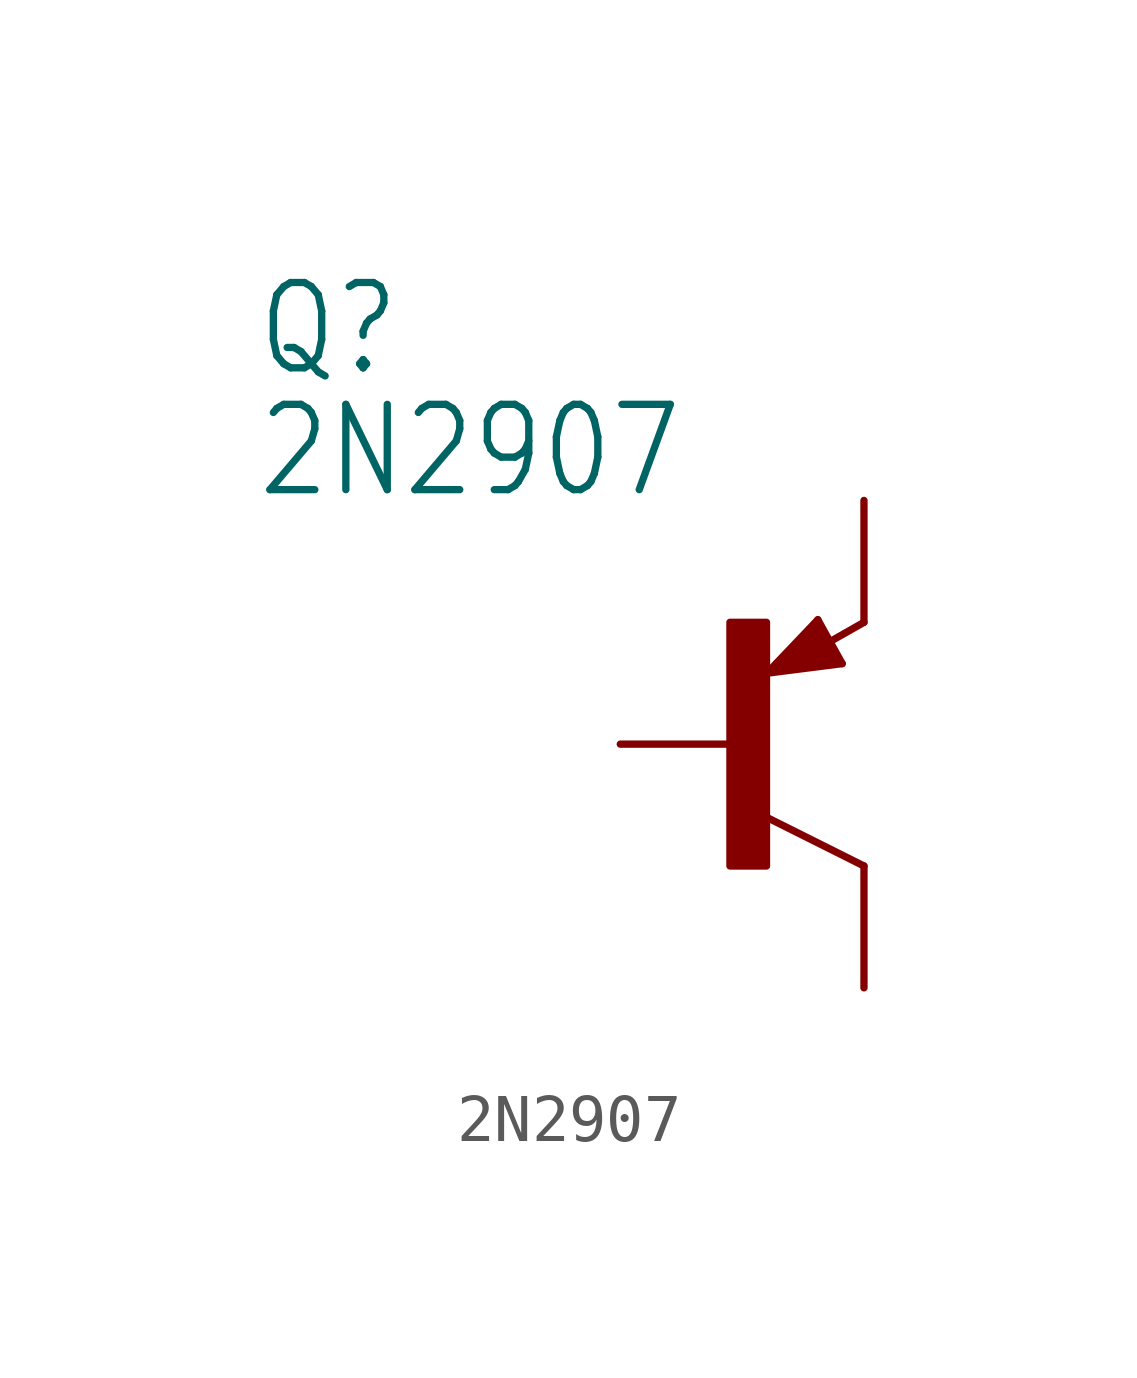
<source format=kicad_sym>
(kicad_symbol_lib
  (version 20211014)
  (generator kicad_symbol_editor)
  (symbol "2N2907"
    (property "Reference" "Q"
      (at -10.16 7.62 0)
      (effects (font (size 1.778 1.511)) (justify left bottom)))
    (property "Value" "2N2907"
      (at -10.16 5.08 0)
      (effects (font (size 1.778 1.511)) (justify left bottom)))
    (property "ki_locked" ""
      (at 0 0 0)
      (effects (font (size 1.27 1.27))))
    (symbol "2N2907_1_0"
      (rectangle (start -0.254 -2.54) (end 0.508 2.54) (stroke (width 0) (type default) (color 0 0 0 0)) (fill (type outline)))
      (polyline (pts (xy 0.516 1.478) (xy 2.086 1.678)) (stroke (width 0.152) (type default) (color 0 0 0 0)) (fill (type none)))
      (polyline (pts (xy 0.762 1.651) (xy 1.778 1.778)) (stroke (width 0.254) (type default) (color 0 0 0 0)) (fill (type none)))
      (polyline (pts (xy 1.143 1.905) (xy 1.524 1.905)) (stroke (width 0.254) (type default) (color 0 0 0 0)) (fill (type none)))
      (polyline (pts (xy 1.524 2.159) (xy 1.143 1.905)) (stroke (width 0.254) (type default) (color 0 0 0 0)) (fill (type none)))
      (polyline (pts (xy 1.524 2.413) (xy 0.762 1.651)) (stroke (width 0.254) (type default) (color 0 0 0 0)) (fill (type none)))
      (polyline (pts (xy 1.578 2.594) (xy 0.516 1.478)) (stroke (width 0.152) (type default) (color 0 0 0 0)) (fill (type none)))
      (polyline (pts (xy 1.778 1.778) (xy 1.524 2.159)) (stroke (width 0.254) (type default) (color 0 0 0 0)) (fill (type none)))
      (polyline (pts (xy 1.905 1.778) (xy 1.524 2.413)) (stroke (width 0.254) (type default) (color 0 0 0 0)) (fill (type none)))
      (polyline (pts (xy 2.086 1.678) (xy 1.578 2.594)) (stroke (width 0.152) (type default) (color 0 0 0 0)) (fill (type none)))
      (polyline (pts (xy 2.54 -2.54) (xy 0.508 -1.524)) (stroke (width 0.152) (type default) (color 0 0 0 0)) (fill (type none)))
      (polyline (pts (xy 2.54 2.54) (xy 1.808 2.124)) (stroke (width 0.152) (type default) (color 0 0 0 0)) (fill (type none)))
      (pin passive line (at 2.54 5.08 270) (length 2.54) (name "E" (effects (font (size 0 0)))) (number "1" (effects (font (size 0 0)))))
      (pin passive line (at -2.54 0 0) (length 2.54) (name "B" (effects (font (size 0 0)))) (number "2" (effects (font (size 0 0)))))
      (pin passive line (at 2.54 -5.08 90) (length 2.54) (name "C" (effects (font (size 0 0)))) (number "3" (effects (font (size 0 0))))))))
</source>
